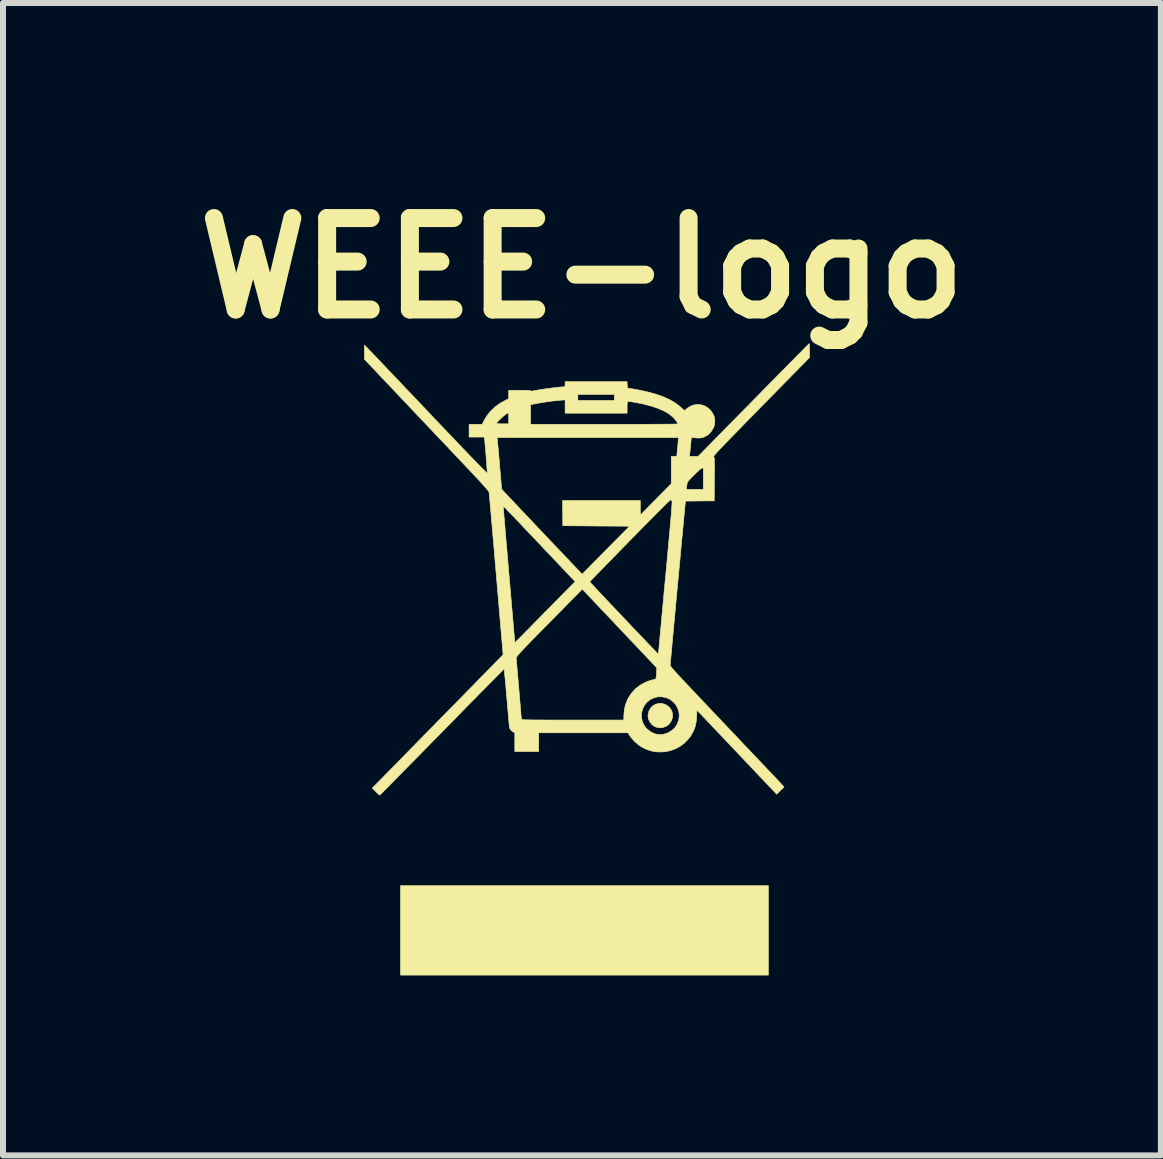
<source format=kicad_pcb>
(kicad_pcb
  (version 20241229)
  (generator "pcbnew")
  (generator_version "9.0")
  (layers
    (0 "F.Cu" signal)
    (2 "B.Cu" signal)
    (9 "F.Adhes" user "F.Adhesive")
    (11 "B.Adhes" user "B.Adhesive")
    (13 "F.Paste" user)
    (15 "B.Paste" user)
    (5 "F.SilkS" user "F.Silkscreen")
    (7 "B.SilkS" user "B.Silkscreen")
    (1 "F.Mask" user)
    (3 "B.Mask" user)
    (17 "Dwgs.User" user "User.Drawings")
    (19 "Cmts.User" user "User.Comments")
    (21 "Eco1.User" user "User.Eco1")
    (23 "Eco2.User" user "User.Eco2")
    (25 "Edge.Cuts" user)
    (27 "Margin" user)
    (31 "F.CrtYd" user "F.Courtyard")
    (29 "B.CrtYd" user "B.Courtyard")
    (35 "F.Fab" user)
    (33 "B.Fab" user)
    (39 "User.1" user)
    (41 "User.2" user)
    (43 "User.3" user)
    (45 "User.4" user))
  (footprint "WEEE-logo"
    (layer "F.Cu")
    (at 6.731 7.933)
    (property "Reference" "WEEE-logo" (at -0.084 -6.515 0) (layer "F.SilkS") (effects (font (size 1.524 1.524) (thickness 0.3))))
    (attr through_hole)
    (fp_poly (pts (xy 3.023 5.266) (xy -3.107 5.266) (xy -3.107 3.776) (xy 3.023 3.776) (xy 3.023 5.266)) (stroke (width 0.01) (type solid)) (fill yes) (layer "F.SilkS"))
    (fp_poly (pts (xy 1.302 0.754) (xy 1.309 0.757) (xy 1.357 0.788) (xy 1.393 0.828) (xy 1.417 0.875) (xy 1.427 0.927) (xy 1.423 0.979) (xy 1.405 1.031) (xy 1.372 1.079) (xy 1.369 1.082) (xy 1.324 1.118) (xy 1.271 1.139) (xy 1.213 1.145) (xy 1.189 1.143) (xy 1.137 1.128) (xy 1.092 1.099) (xy 1.056 1.059) (xy 1.03 1.012) (xy 1.018 0.96) (xy 1.019 0.922) (xy 1.033 0.866) (xy 1.06 0.818) (xy 1.097 0.78) (xy 1.143 0.754) (xy 1.193 0.739) (xy 1.247 0.739) (xy 1.302 0.754)) (stroke (width 0.01) (type solid)) (fill yes) (layer "F.SilkS"))
    (fp_poly (pts (xy 3.706 -5.25) (xy 3.707 -5.228) (xy 3.708 -5.195) (xy 3.708 -5.155) (xy 3.708 -5.141) (xy 3.708 -5.025) (xy 2.903 -4.205) (xy 2.788 -4.087) (xy 2.683 -3.981) (xy 2.59 -3.885) (xy 2.507 -3.8) (xy 2.433 -3.725) (xy 2.369 -3.658) (xy 2.313 -3.601) (xy 2.265 -3.551) (xy 2.225 -3.509) (xy 2.192 -3.474) (xy 2.166 -3.445) (xy 2.145 -3.423) (xy 2.13 -3.405) (xy 2.12 -3.392) (xy 2.114 -3.383) (xy 2.111 -3.378) (xy 2.112 -3.375) (xy 2.115 -3.371) (xy 2.118 -3.364) (xy 2.12 -3.352) (xy 2.122 -3.333) (xy 2.123 -3.307) (xy 2.123 -3.271) (xy 2.124 -3.224) (xy 2.124 -3.164) (xy 2.124 -3.091) (xy 2.123 -3.002) (xy 2.123 -3.001) (xy 2.121 -2.637) (xy 1.882 -2.635) (xy 1.643 -2.633) (xy 1.639 -2.605) (xy 1.638 -2.595) (xy 1.635 -2.569) (xy 1.631 -2.529) (xy 1.626 -2.474) (xy 1.62 -2.408) (xy 1.612 -2.329) (xy 1.604 -2.241) (xy 1.595 -2.143) (xy 1.585 -2.038) (xy 1.574 -1.925) (xy 1.563 -1.807) (xy 1.552 -1.683) (xy 1.54 -1.556) (xy 1.528 -1.427) (xy 1.516 -1.296) (xy 1.503 -1.164) (xy 1.491 -1.033) (xy 1.479 -0.904) (xy 1.468 -0.778) (xy 1.456 -0.656) (xy 1.445 -0.539) (xy 1.435 -0.428) (xy 1.425 -0.324) (xy 1.417 -0.229) (xy 1.409 -0.143) (xy 1.402 -0.068) (xy 1.396 -0.004) (xy 1.391 0.047) (xy 1.388 0.084) (xy 1.386 0.103) (xy 1.387 0.108) (xy 1.391 0.115) (xy 1.398 0.124) (xy 1.408 0.138) (xy 1.423 0.156) (xy 1.442 0.178) (xy 1.467 0.206) (xy 1.497 0.239) (xy 1.534 0.279) (xy 1.577 0.326) (xy 1.628 0.381) (xy 1.687 0.443) (xy 1.754 0.514) (xy 1.83 0.595) (xy 1.915 0.685) (xy 2.01 0.785) (xy 2.116 0.896) (xy 2.232 1.019) (xy 2.29 1.08) (xy 2.393 1.189) (xy 2.493 1.294) (xy 2.589 1.396) (xy 2.682 1.493) (xy 2.77 1.586) (xy 2.852 1.672) (xy 2.928 1.753) (xy 2.998 1.826) (xy 3.06 1.892) (xy 3.114 1.949) (xy 3.16 1.997) (xy 3.196 2.036) (xy 3.222 2.063) (xy 3.237 2.079) (xy 3.24 2.083) (xy 3.284 2.131) (xy 3.223 2.191) (xy 3.162 2.252) (xy 2.498 1.551) (xy 1.833 0.85) (xy 1.828 0.96) (xy 1.819 1.052) (xy 1.801 1.133) (xy 1.772 1.206) (xy 1.732 1.276) (xy 1.694 1.326) (xy 1.627 1.397) (xy 1.551 1.454) (xy 1.467 1.498) (xy 1.377 1.529) (xy 1.284 1.546) (xy 1.189 1.548) (xy 1.095 1.536) (xy 1.003 1.509) (xy 0.916 1.467) (xy 0.915 1.467) (xy 0.856 1.426) (xy 0.798 1.376) (xy 0.748 1.322) (xy 0.718 1.282) (xy 0.682 1.228) (xy -0.804 1.228) (xy -0.804 1.541) (xy -1.202 1.541) (xy -1.202 1.228) (xy -1.226 1.216) (xy -1.262 1.19) (xy -1.285 1.156) (xy -1.293 1.129) (xy -1.294 1.115) (xy -1.297 1.085) (xy -1.301 1.042) (xy -1.306 0.987) (xy -1.311 0.921) (xy -1.318 0.848) (xy -1.325 0.767) (xy -1.332 0.681) (xy -1.337 0.631) (xy -1.344 0.544) (xy -1.351 0.462) (xy -1.358 0.387) (xy -1.364 0.321) (xy -1.37 0.264) (xy -1.374 0.219) (xy -1.378 0.186) (xy -1.38 0.168) (xy -1.381 0.165) (xy -1.388 0.171) (xy -1.405 0.188) (xy -1.433 0.217) (xy -1.472 0.255) (xy -1.519 0.303) (xy -1.576 0.361) (xy -1.641 0.426) (xy -1.713 0.5) (xy -1.793 0.58) (xy -1.878 0.667) (xy -1.97 0.76) (xy -2.067 0.859) (xy -2.168 0.962) (xy -2.273 1.069) (xy -2.382 1.18) (xy -2.416 1.215) (xy -2.526 1.327) (xy -2.633 1.435) (xy -2.735 1.54) (xy -2.834 1.64) (xy -2.927 1.735) (xy -3.015 1.824) (xy -3.096 1.907) (xy -3.171 1.982) (xy -3.238 2.051) (xy -3.297 2.111) (xy -3.348 2.162) (xy -3.389 2.204) (xy -3.421 2.236) (xy -3.442 2.257) (xy -3.452 2.266) (xy -3.453 2.267) (xy -3.461 2.262) (xy -3.478 2.248) (xy -3.501 2.226) (xy -3.518 2.21) (xy -3.577 2.15) (xy -3.509 2.081) (xy -3.495 2.067) (xy -3.47 2.042) (xy -3.435 2.006) (xy -3.39 1.96) (xy -3.336 1.905) (xy -3.274 1.841) (xy -3.203 1.769) (xy -3.126 1.691) (xy -3.042 1.605) (xy -2.953 1.514) (xy -2.859 1.418) (xy -2.76 1.317) (xy -2.658 1.213) (xy -2.552 1.106) (xy -2.485 1.037) (xy -2.378 0.928) (xy -2.274 0.822) (xy -2.173 0.719) (xy -2.076 0.62) (xy -1.984 0.526) (xy -1.896 0.437) (xy -1.815 0.354) (xy -1.741 0.278) (xy -1.673 0.21) (xy -1.614 0.149) (xy -1.563 0.098) (xy -1.522 0.055) (xy -1.491 0.024) (xy -1.47 0.003) (xy -1.463 -0.004) (xy -1.45 -0.018) (xy -1.179 -0.018) (xy -1.179 -0.015) (xy -1.178 0.001) (xy -1.175 0.032) (xy -1.171 0.075) (xy -1.167 0.129) (xy -1.161 0.192) (xy -1.155 0.262) (xy -1.149 0.337) (xy -1.142 0.416) (xy -1.135 0.496) (xy -1.128 0.577) (xy -1.122 0.655) (xy -1.115 0.731) (xy -1.109 0.8) (xy -1.104 0.863) (xy -1.1 0.916) (xy -1.096 0.959) (xy -1.094 0.989) (xy -1.092 1.005) (xy -1.092 1.007) (xy -1.085 1.009) (xy -1.062 1.01) (xy -1.025 1.012) (xy -0.972 1.013) (xy -0.903 1.014) (xy -0.819 1.014) (xy -0.718 1.015) (xy -0.601 1.016) (xy -0.468 1.016) (xy -0.318 1.016) (xy -0.239 1.016) (xy 0.614 1.016) (xy 0.615 0.965) (xy 0.908 0.965) (xy 0.92 1.03) (xy 0.945 1.092) (xy 0.985 1.148) (xy 1.01 1.173) (xy 1.07 1.217) (xy 1.135 1.246) (xy 1.202 1.258) (xy 1.271 1.254) (xy 1.34 1.233) (xy 1.351 1.228) (xy 1.415 1.19) (xy 1.467 1.142) (xy 1.505 1.083) (xy 1.529 1.016) (xy 1.538 0.947) (xy 1.532 0.88) (xy 1.512 0.817) (xy 1.48 0.759) (xy 1.436 0.71) (xy 1.383 0.67) (xy 1.322 0.643) (xy 1.254 0.629) (xy 1.248 0.628) (xy 1.18 0.629) (xy 1.12 0.643) (xy 1.063 0.67) (xy 1.05 0.678) (xy 0.996 0.722) (xy 0.954 0.776) (xy 0.926 0.835) (xy 0.91 0.899) (xy 0.908 0.965) (xy 0.615 0.965) (xy 0.615 0.938) (xy 0.624 0.836) (xy 0.649 0.74) (xy 0.688 0.65) (xy 0.741 0.569) (xy 0.807 0.497) (xy 0.885 0.436) (xy 0.953 0.398) (xy 0.996 0.378) (xy 1.042 0.361) (xy 1.085 0.348) (xy 1.12 0.34) (xy 1.136 0.339) (xy 1.144 0.333) (xy 1.151 0.314) (xy 1.156 0.282) (xy 1.16 0.235) (xy 1.162 0.189) (xy 1.164 0.145) (xy 0.543 -0.511) (xy -0.077 -1.166) (xy -0.317 -0.924) (xy -0.435 -0.803) (xy -0.543 -0.695) (xy -0.639 -0.596) (xy -0.726 -0.509) (xy -0.802 -0.431) (xy -0.87 -0.361) (xy -0.929 -0.301) (xy -0.98 -0.248) (xy -1.024 -0.203) (xy -1.061 -0.164) (xy -1.092 -0.131) (xy -1.117 -0.104) (xy -1.137 -0.082) (xy -1.152 -0.064) (xy -1.163 -0.049) (xy -1.171 -0.038) (xy -1.176 -0.03) (xy -1.178 -0.023) (xy -1.179 -0.018) (xy -1.45 -0.018) (xy -1.397 -0.072) (xy -1.511 -1.406) (xy -1.524 -1.555) (xy -1.536 -1.7) (xy -1.548 -1.84) (xy -1.56 -1.973) (xy -1.571 -2.1) (xy -1.581 -2.219) (xy -1.591 -2.328) (xy -1.599 -2.428) (xy -1.607 -2.517) (xy -1.61 -2.553) (xy -1.395 -2.553) (xy -1.395 -2.544) (xy -1.393 -2.52) (xy -1.39 -2.48) (xy -1.386 -2.427) (xy -1.38 -2.361) (xy -1.374 -2.283) (xy -1.366 -2.193) (xy -1.358 -2.094) (xy -1.349 -1.986) (xy -1.339 -1.869) (xy -1.328 -1.746) (xy -1.317 -1.616) (xy -1.306 -1.481) (xy -1.3 -1.415) (xy -1.288 -1.278) (xy -1.277 -1.146) (xy -1.266 -1.019) (xy -1.256 -0.899) (xy -1.246 -0.786) (xy -1.237 -0.682) (xy -1.229 -0.588) (xy -1.222 -0.504) (xy -1.216 -0.431) (xy -1.21 -0.372) (xy -1.206 -0.325) (xy -1.204 -0.293) (xy -1.202 -0.276) (xy -1.202 -0.274) (xy -1.197 -0.279) (xy -1.18 -0.295) (xy -1.154 -0.32) (xy -1.119 -0.355) (xy -1.077 -0.397) (xy -1.029 -0.446) (xy -0.975 -0.5) (xy -0.917 -0.559) (xy -0.896 -0.581) (xy -0.828 -0.65) (xy -0.757 -0.723) (xy -0.684 -0.797) (xy -0.612 -0.869) (xy -0.544 -0.939) (xy -0.481 -1.002) (xy -0.427 -1.058) (xy -0.393 -1.092) (xy -0.199 -1.288) (xy 0.047 -1.288) (xy 0.052 -1.281) (xy 0.069 -1.263) (xy 0.095 -1.235) (xy 0.13 -1.197) (xy 0.173 -1.151) (xy 0.222 -1.098) (xy 0.278 -1.039) (xy 0.338 -0.975) (xy 0.403 -0.907) (xy 0.47 -0.836) (xy 0.54 -0.762) (xy 0.61 -0.688) (xy 0.681 -0.614) (xy 0.75 -0.54) (xy 0.818 -0.469) (xy 0.883 -0.4) (xy 0.945 -0.336) (xy 1.001 -0.277) (xy 1.052 -0.224) (xy 1.096 -0.178) (xy 1.133 -0.14) (xy 1.161 -0.111) (xy 1.179 -0.093) (xy 1.187 -0.085) (xy 1.187 -0.085) (xy 1.192 -0.092) (xy 1.194 -0.11) (xy 1.194 -0.112) (xy 1.195 -0.124) (xy 1.197 -0.151) (xy 1.201 -0.193) (xy 1.206 -0.25) (xy 1.212 -0.319) (xy 1.22 -0.401) (xy 1.228 -0.493) (xy 1.238 -0.596) (xy 1.248 -0.708) (xy 1.259 -0.828) (xy 1.271 -0.955) (xy 1.283 -1.089) (xy 1.296 -1.229) (xy 1.31 -1.372) (xy 1.311 -1.384) (xy 1.328 -1.563) (xy 1.343 -1.725) (xy 1.356 -1.872) (xy 1.368 -2.003) (xy 1.379 -2.12) (xy 1.388 -2.224) (xy 1.396 -2.314) (xy 1.403 -2.391) (xy 1.408 -2.457) (xy 1.412 -2.511) (xy 1.415 -2.554) (xy 1.417 -2.587) (xy 1.418 -2.611) (xy 1.418 -2.625) (xy 1.417 -2.631) (xy 1.417 -2.632) (xy 1.408 -2.641) (xy 1.404 -2.655) (xy 1.402 -2.657) (xy 1.397 -2.655) (xy 1.389 -2.649) (xy 1.376 -2.638) (xy 1.358 -2.622) (xy 1.335 -2.601) (xy 1.305 -2.572) (xy 1.269 -2.537) (xy 1.226 -2.494) (xy 1.175 -2.442) (xy 1.115 -2.382) (xy 1.046 -2.312) (xy 0.967 -2.233) (xy 0.879 -2.142) (xy 0.779 -2.04) (xy 0.724 -1.985) (xy 0.635 -1.894) (xy 0.55 -1.807) (xy 0.469 -1.724) (xy 0.393 -1.646) (xy 0.322 -1.574) (xy 0.258 -1.508) (xy 0.201 -1.449) (xy 0.152 -1.398) (xy 0.111 -1.356) (xy 0.079 -1.323) (xy 0.058 -1.301) (xy 0.048 -1.289) (xy 0.047 -1.288) (xy -0.199 -1.288) (xy -0.196 -1.291) (xy -0.794 -1.923) (xy -0.877 -2.01) (xy -0.956 -2.093) (xy -1.031 -2.172) (xy -1.101 -2.246) (xy -1.166 -2.314) (xy -1.224 -2.375) (xy -1.275 -2.428) (xy -1.318 -2.473) (xy -1.352 -2.509) (xy -1.377 -2.534) (xy -1.391 -2.549) (xy -1.395 -2.553) (xy -1.61 -2.553) (xy -1.614 -2.595) (xy -1.62 -2.66) (xy -1.624 -2.711) (xy -1.628 -2.748) (xy -1.63 -2.769) (xy -1.63 -2.774) (xy -1.631 -2.779) (xy -1.633 -2.785) (xy -1.638 -2.792) (xy -1.644 -2.802) (xy -1.653 -2.814) (xy -1.666 -2.829) (xy -1.682 -2.848) (xy -1.702 -2.872) (xy -1.727 -2.9) (xy -1.758 -2.934) (xy -1.794 -2.973) (xy -1.837 -3.019) (xy -1.887 -3.072) (xy -1.943 -3.133) (xy -2.008 -3.201) (xy -2.081 -3.279) (xy -2.162 -3.365) (xy -2.254 -3.461) (xy -2.354 -3.568) (xy -2.466 -3.685) (xy -2.588 -3.814) (xy -2.672 -3.903) (xy -3.708 -4.997) (xy -3.708 -5.114) (xy -3.708 -5.157) (xy -3.708 -5.193) (xy -3.707 -5.218) (xy -3.706 -5.231) (xy -3.706 -5.232) (xy -3.7 -5.226) (xy -3.683 -5.209) (xy -3.655 -5.18) (xy -3.618 -5.141) (xy -3.571 -5.092) (xy -3.516 -5.034) (xy -3.452 -4.967) (xy -3.381 -4.892) (xy -3.303 -4.81) (xy -3.219 -4.722) (xy -3.129 -4.627) (xy -3.034 -4.527) (xy -2.934 -4.422) (xy -2.83 -4.313) (xy -2.723 -4.2) (xy -2.683 -4.158) (xy -2.543 -4.01) (xy -2.414 -3.874) (xy -2.296 -3.751) (xy -2.189 -3.638) (xy -2.093 -3.537) (xy -2.007 -3.448) (xy -1.931 -3.369) (xy -1.865 -3.301) (xy -1.809 -3.243) (xy -1.762 -3.195) (xy -1.724 -3.157) (xy -1.695 -3.129) (xy -1.676 -3.11) (xy -1.664 -3.101) (xy -1.661 -3.099) (xy -1.661 -3.111) (xy -1.663 -3.137) (xy -1.665 -3.175) (xy -1.669 -3.222) (xy -1.673 -3.276) (xy -1.677 -3.335) (xy -1.682 -3.396) (xy -1.687 -3.457) (xy -1.692 -3.514) (xy -1.697 -3.567) (xy -1.701 -3.611) (xy -1.704 -3.646) (xy -1.707 -3.664) (xy -1.71 -3.691) (xy -1.498 -3.691) (xy -1.494 -3.664) (xy -1.492 -3.65) (xy -1.49 -3.621) (xy -1.486 -3.579) (xy -1.481 -3.525) (xy -1.475 -3.462) (xy -1.469 -3.39) (xy -1.462 -3.313) (xy -1.456 -3.235) (xy -1.422 -2.833) (xy -1.378 -2.784) (xy -1.366 -2.771) (xy -1.343 -2.747) (xy -1.311 -2.712) (xy -1.269 -2.668) (xy -1.219 -2.615) (xy -1.161 -2.554) (xy -1.096 -2.485) (xy -1.026 -2.411) (xy -0.951 -2.332) (xy -0.871 -2.248) (xy -0.788 -2.16) (xy -0.707 -2.074) (xy -0.08 -1.414) (xy 0.315 -1.814) (xy 0.71 -2.214) (xy 0.154 -2.218) (xy -0.402 -2.223) (xy -0.404 -2.432) (xy -0.407 -2.642) (xy 0.889 -2.642) (xy 0.889 -2.521) (xy 0.89 -2.4) (xy 1.148 -2.661) (xy 1.313 -2.828) (xy 1.659 -2.828) (xy 1.939 -2.828) (xy 1.939 -3.183) (xy 1.92 -3.183) (xy 1.907 -3.178) (xy 1.886 -3.163) (xy 1.855 -3.136) (xy 1.814 -3.097) (xy 1.787 -3.07) (xy 1.747 -3.03) (xy 1.718 -2.999) (xy 1.697 -2.976) (xy 1.684 -2.959) (xy 1.675 -2.944) (xy 1.67 -2.93) (xy 1.667 -2.915) (xy 1.663 -2.886) (xy 1.66 -2.859) (xy 1.66 -2.851) (xy 1.659 -2.828) (xy 1.313 -2.828) (xy 1.405 -2.922) (xy 1.405 -3.378) (xy 1.452 -3.378) (xy 1.479 -3.379) (xy 1.494 -3.383) (xy 1.499 -3.39) (xy 1.499 -3.393) (xy 1.5 -3.406) (xy 1.502 -3.433) (xy 1.505 -3.47) (xy 1.51 -3.513) (xy 1.511 -3.531) (xy 1.516 -3.576) (xy 1.519 -3.616) (xy 1.522 -3.649) (xy 1.524 -3.669) (xy 1.524 -3.672) (xy 1.524 -3.691) (xy 0.013 -3.691) (xy -1.498 -3.691) (xy -1.71 -3.691) (xy -1.711 -3.7) (xy -1.964 -3.7) (xy -1.964 -3.912) (xy -1.746 -3.912) (xy -1.737 -3.93) (xy -1.507 -3.93) (xy -1.5 -3.925) (xy -1.48 -3.922) (xy -1.444 -3.92) (xy -1.405 -3.92) (xy -1.304 -3.92) (xy -1.304 -4.107) (xy -1.34 -4.088) (xy -1.359 -4.075) (xy -1.385 -4.054) (xy -1.414 -4.029) (xy -1.443 -4.002) (xy -1.47 -3.976) (xy -1.491 -3.953) (xy -1.504 -3.936) (xy -1.507 -3.93) (xy -1.737 -3.93) (xy -1.711 -3.981) (xy -1.663 -4.06) (xy -1.601 -4.136) (xy -1.527 -4.205) (xy -1.478 -4.24) (xy -0.94 -4.24) (xy -0.94 -3.912) (xy 0.288 -3.912) (xy 0.431 -3.912) (xy 0.569 -3.912) (xy 0.701 -3.912) (xy 0.827 -3.912) (xy 0.945 -3.913) (xy 1.055 -3.913) (xy 1.155 -3.914) (xy 1.245 -3.914) (xy 1.324 -3.915) (xy 1.391 -3.915) (xy 1.444 -3.916) (xy 1.483 -3.917) (xy 1.507 -3.918) (xy 1.516 -3.918) (xy 1.51 -3.933) (xy 1.496 -3.956) (xy 1.476 -3.984) (xy 1.452 -4.012) (xy 1.428 -4.037) (xy 1.426 -4.039) (xy 1.36 -4.091) (xy 1.278 -4.138) (xy 1.18 -4.18) (xy 1.067 -4.218) (xy 0.939 -4.251) (xy 0.797 -4.279) (xy 0.796 -4.279) (xy 0.754 -4.286) (xy 0.718 -4.292) (xy 0.691 -4.295) (xy 0.677 -4.296) (xy 0.675 -4.295) (xy 0.673 -4.286) (xy 0.671 -4.263) (xy 0.669 -4.23) (xy 0.669 -4.195) (xy 0.669 -4.098) (xy -0.364 -4.098) (xy -0.364 -4.32) (xy -0.438 -4.314) (xy -0.559 -4.302) (xy -0.687 -4.285) (xy -0.814 -4.264) (xy -0.823 -4.262) (xy -0.94 -4.24) (xy -1.478 -4.24) (xy -1.443 -4.265) (xy -1.352 -4.315) (xy -1.348 -4.317) (xy -1.304 -4.338) (xy -1.304 -4.411) (xy -0.152 -4.411) (xy -0.152 -4.31) (xy 0.457 -4.31) (xy 0.457 -4.411) (xy -0.152 -4.411) (xy -1.304 -4.411) (xy -1.304 -4.479) (xy -1.123 -4.479) (xy -1.053 -4.478) (xy -1.001 -4.477) (xy -0.964 -4.475) (xy -0.943 -4.472) (xy -0.938 -4.47) (xy -0.93 -4.466) (xy -0.908 -4.467) (xy -0.871 -4.474) (xy -0.826 -4.482) (xy -0.77 -4.491) (xy -0.707 -4.501) (xy -0.64 -4.51) (xy -0.574 -4.519) (xy -0.51 -4.526) (xy -0.453 -4.532) (xy -0.406 -4.536) (xy -0.375 -4.538) (xy -0.367 -4.546) (xy -0.364 -4.571) (xy -0.364 -4.58) (xy -0.364 -4.623) (xy 0.668 -4.623) (xy 0.673 -4.517) (xy 0.741 -4.506) (xy 0.896 -4.478) (xy 1.035 -4.446) (xy 1.16 -4.411) (xy 1.271 -4.371) (xy 1.369 -4.327) (xy 1.455 -4.279) (xy 1.53 -4.225) (xy 1.577 -4.184) (xy 1.625 -4.138) (xy 1.664 -4.173) (xy 1.719 -4.211) (xy 1.779 -4.234) (xy 1.841 -4.243) (xy 1.903 -4.238) (xy 1.962 -4.219) (xy 2.016 -4.187) (xy 2.063 -4.143) (xy 2.1 -4.086) (xy 2.101 -4.083) (xy 2.117 -4.049) (xy 2.125 -4.022) (xy 2.129 -3.991) (xy 2.129 -3.962) (xy 2.128 -3.925) (xy 2.123 -3.896) (xy 2.113 -3.867) (xy 2.101 -3.842) (xy 2.064 -3.783) (xy 2.015 -3.736) (xy 1.957 -3.703) (xy 1.949 -3.699) (xy 1.918 -3.69) (xy 1.889 -3.685) (xy 1.854 -3.684) (xy 1.833 -3.685) (xy 1.799 -3.688) (xy 1.771 -3.691) (xy 1.754 -3.694) (xy 1.752 -3.695) (xy 1.747 -3.695) (xy 1.742 -3.689) (xy 1.739 -3.674) (xy 1.735 -3.648) (xy 1.731 -3.608) (xy 1.729 -3.58) (xy 1.724 -3.532) (xy 1.72 -3.487) (xy 1.716 -3.449) (xy 1.714 -3.423) (xy 1.713 -3.418) (xy 1.708 -3.378) (xy 1.853 -3.378) (xy 2.777 -4.318) (xy 2.881 -4.424) (xy 2.981 -4.526) (xy 3.078 -4.624) (xy 3.17 -4.718) (xy 3.257 -4.806) (xy 3.338 -4.888) (xy 3.413 -4.964) (xy 3.481 -5.033) (xy 3.541 -5.093) (xy 3.593 -5.146) (xy 3.635 -5.189) (xy 3.668 -5.222) (xy 3.691 -5.245) (xy 3.703 -5.256) (xy 3.705 -5.258) (xy 3.706 -5.25)) (stroke (width 0.01) (type solid)) (fill yes) (layer "F.SilkS")))
  (gr_rect
    (start -3 -3)
    (end 16.295 16.204)
    (stroke (width 0.1) (type default))
    (fill no)
    (layer "Edge.Cuts")))
</source>
